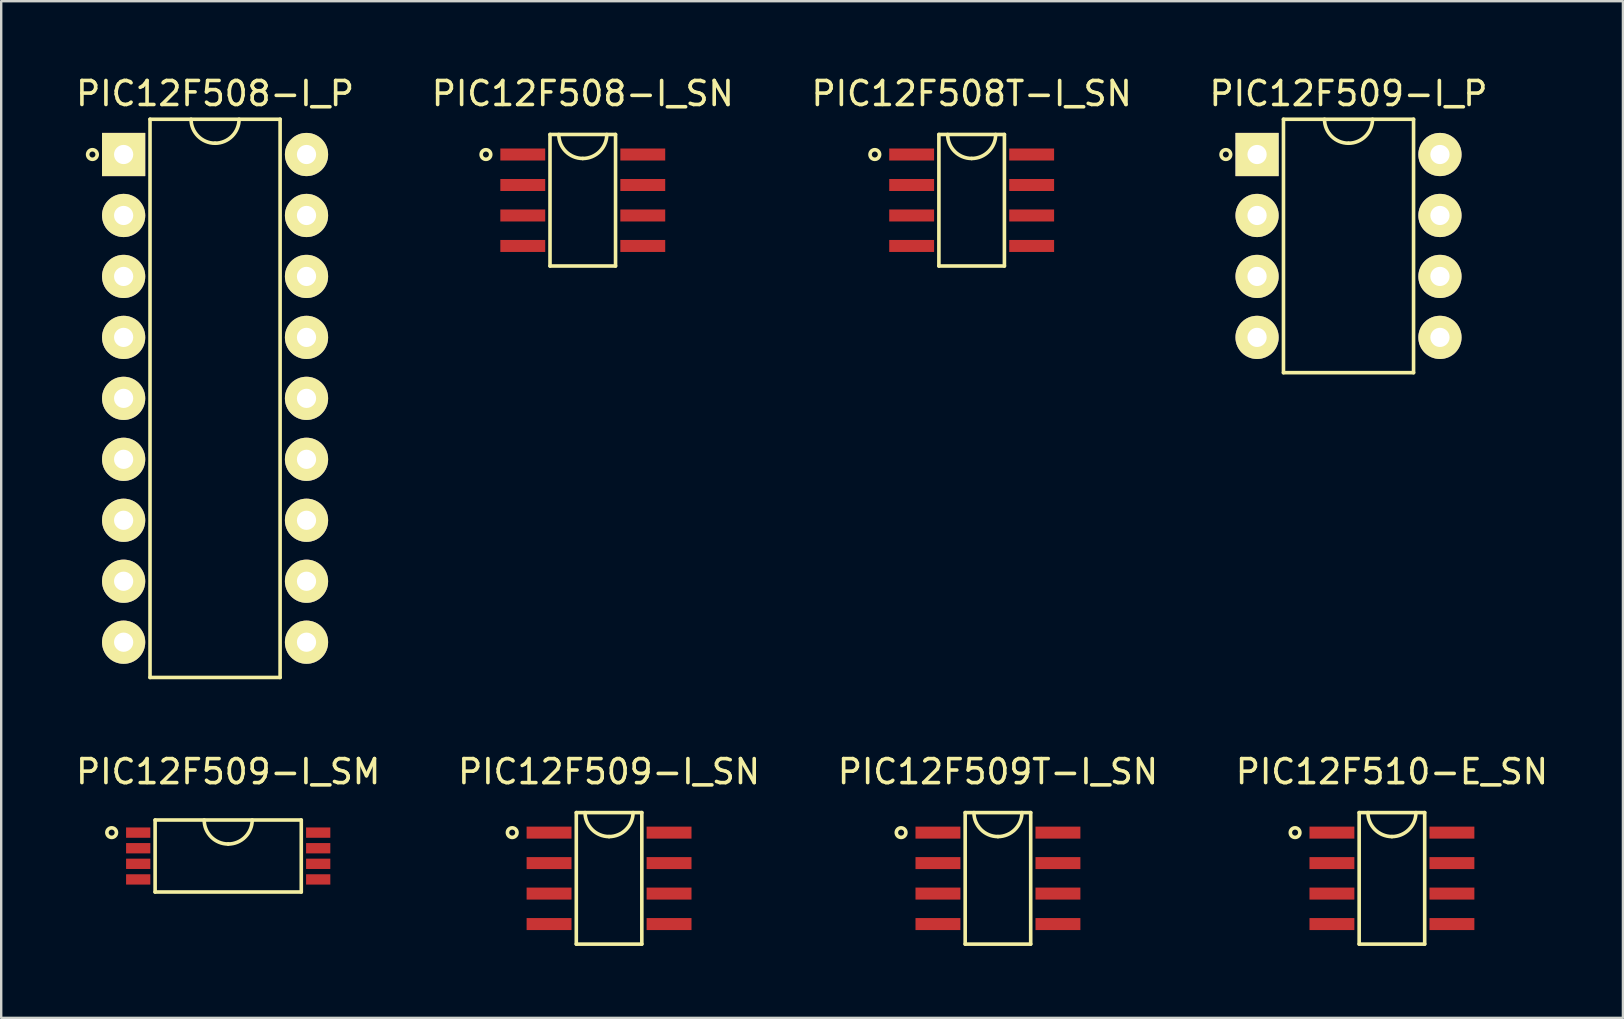
<source format=kicad_pcb>
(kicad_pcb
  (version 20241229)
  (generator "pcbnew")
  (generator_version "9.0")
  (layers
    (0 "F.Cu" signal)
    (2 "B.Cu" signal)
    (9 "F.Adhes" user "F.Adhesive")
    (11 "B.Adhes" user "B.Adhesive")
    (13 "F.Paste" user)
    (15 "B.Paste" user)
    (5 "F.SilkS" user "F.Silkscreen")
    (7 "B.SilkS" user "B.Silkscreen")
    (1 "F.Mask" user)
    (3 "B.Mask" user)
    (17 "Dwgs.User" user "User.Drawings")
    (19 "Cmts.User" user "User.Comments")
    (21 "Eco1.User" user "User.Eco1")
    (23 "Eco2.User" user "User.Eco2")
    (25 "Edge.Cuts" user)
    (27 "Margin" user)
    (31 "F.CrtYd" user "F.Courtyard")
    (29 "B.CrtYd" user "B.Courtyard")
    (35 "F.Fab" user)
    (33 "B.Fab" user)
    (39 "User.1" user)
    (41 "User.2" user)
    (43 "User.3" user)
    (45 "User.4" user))
  (footprint "PIC12F509-I_SM"
    (layer "F.Cu")
    (at 2.708 31.642)
    (property "Reference" "PIC12F509-I_SM" (at 3.75 -2.54 0) (layer "F.SilkS") (effects (font (size 1 1) (thickness 0.15))))
    (attr through_hole)
    (fp_line (start 0.705 -0.525) (end 6.795 -0.525) (stroke (width 0.15) (type solid)) (layer "F.SilkS"))
    (fp_line (start 0.705 2.475) (end 0.705 -0.525) (stroke (width 0.15) (type solid)) (layer "F.SilkS"))
    (fp_line (start 6.795 -0.525) (end 6.795 2.475) (stroke (width 0.15) (type solid)) (layer "F.SilkS"))
    (fp_line (start 6.795 2.475) (end 0.705 2.475) (stroke (width 0.15) (type solid)) (layer "F.SilkS"))
    (fp_arc (start 3.75 0.475) (mid 3.042893 0.182107) (end 2.75 -0.525) (stroke (width 0.15) (type solid)) (layer "F.SilkS"))
    (fp_arc (start 4.75 -0.525) (mid 4.457107 0.182107) (end 3.75 0.475) (stroke (width 0.15) (type solid)) (layer "F.SilkS"))
    (fp_circle (center -1.105 0) (end -1.105 0.2) (stroke (width 0.15) (type solid)) (fill no) (layer "F.SilkS"))
    (pad "1" smd rect (at 0 0) (size 1.01 0.43) (layers "F.Cu" "F.Mask" "F.Paste"))
    (pad "2" smd rect (at 0 0.65) (size 1.01 0.43) (layers "F.Cu" "F.Mask" "F.Paste"))
    (pad "3" smd rect (at 0 1.3) (size 1.01 0.43) (layers "F.Cu" "F.Mask" "F.Paste"))
    (pad "4" smd rect (at 0 1.95) (size 1.01 0.43) (layers "F.Cu" "F.Mask" "F.Paste"))
    (pad "5" smd rect (at 7.5 1.95) (size 1.01 0.43) (layers "F.Cu" "F.Mask" "F.Paste"))
    (pad "6" smd rect (at 7.5 1.3) (size 1.01 0.43) (layers "F.Cu" "F.Mask" "F.Paste"))
    (pad "7" smd rect (at 7.5 0.65) (size 1.01 0.43) (layers "F.Cu" "F.Mask" "F.Paste"))
    (pad "8" smd rect (at 7.5 0) (size 1.01 0.43) (layers "F.Cu" "F.Mask" "F.Paste")))
  (footprint "PIC12F508-I_SN"
    (layer "F.Cu")
    (at 18.732 3.388)
    (property "Reference" "PIC12F508-I_SN" (at 2.5 -2.54 0) (layer "F.SilkS") (effects (font (size 1 1) (thickness 0.15))))
    (attr through_hole)
    (fp_line (start 1.135 -0.835) (end 3.865 -0.835) (stroke (width 0.15) (type solid)) (layer "F.SilkS"))
    (fp_line (start 1.135 4.645) (end 1.135 -0.835) (stroke (width 0.15) (type solid)) (layer "F.SilkS"))
    (fp_line (start 3.865 -0.835) (end 3.865 4.645) (stroke (width 0.15) (type solid)) (layer "F.SilkS"))
    (fp_line (start 3.865 4.645) (end 1.135 4.645) (stroke (width 0.15) (type solid)) (layer "F.SilkS"))
    (fp_arc (start 2.5 0.165) (mid 1.792893 -0.127893) (end 1.5 -0.835) (stroke (width 0.15) (type solid)) (layer "F.SilkS"))
    (fp_arc (start 3.5 -0.835) (mid 3.207107 -0.127893) (end 2.5 0.165) (stroke (width 0.15) (type solid)) (layer "F.SilkS"))
    (fp_circle (center -1.535 0) (end -1.535 0.2) (stroke (width 0.15) (type solid)) (fill no) (layer "F.SilkS"))
    (pad "1" smd rect (at 0 0) (size 1.87 0.5) (layers "F.Cu" "F.Mask" "F.Paste"))
    (pad "2" smd rect (at 0 1.27) (size 1.87 0.5) (layers "F.Cu" "F.Mask" "F.Paste"))
    (pad "3" smd rect (at 0 2.54) (size 1.87 0.5) (layers "F.Cu" "F.Mask" "F.Paste"))
    (pad "4" smd rect (at 0 3.81) (size 1.87 0.5) (layers "F.Cu" "F.Mask" "F.Paste"))
    (pad "5" smd rect (at 5 3.81) (size 1.87 0.5) (layers "F.Cu" "F.Mask" "F.Paste"))
    (pad "6" smd rect (at 5 2.54) (size 1.87 0.5) (layers "F.Cu" "F.Mask" "F.Paste"))
    (pad "7" smd rect (at 5 1.27) (size 1.87 0.5) (layers "F.Cu" "F.Mask" "F.Paste"))
    (pad "8" smd rect (at 5 0) (size 1.87 0.5) (layers "F.Cu" "F.Mask" "F.Paste")))
  (footprint "PIC12F509-I_P"
    (layer "F.Cu")
    (at 49.327 3.388)
    (property "Reference" "PIC12F509-I_P" (at 3.81 -2.54 0) (layer "F.SilkS") (effects (font (size 1 1) (thickness 0.15))))
    (attr through_hole)
    (fp_line (start 1.1 -1.47) (end 6.52 -1.47) (stroke (width 0.15) (type solid)) (layer "F.SilkS"))
    (fp_line (start 1.1 9.09) (end 1.1 -1.47) (stroke (width 0.15) (type solid)) (layer "F.SilkS"))
    (fp_line (start 6.52 -1.47) (end 6.52 9.09) (stroke (width 0.15) (type solid)) (layer "F.SilkS"))
    (fp_line (start 6.52 9.09) (end 1.1 9.09) (stroke (width 0.15) (type solid)) (layer "F.SilkS"))
    (fp_arc (start 3.81 -0.47) (mid 3.102893 -0.762893) (end 2.81 -1.47) (stroke (width 0.15) (type solid)) (layer "F.SilkS"))
    (fp_arc (start 4.81 -1.47) (mid 4.517107 -0.762893) (end 3.81 -0.47) (stroke (width 0.15) (type solid)) (layer "F.SilkS"))
    (fp_circle (center -1.3 0) (end -1.3 0.2) (stroke (width 0.15) (type solid)) (fill no) (layer "F.SilkS"))
    (pad "1" thru_hole rect (at 0 0) (size 1.8 1.8) (drill 0.8) (layers "*.Cu" "*.Mask" "F.SilkS"))
    (pad "2" thru_hole circle (at 0 2.54) (size 1.8 1.8) (drill 0.8) (layers "*.Cu" "*.Mask" "F.SilkS"))
    (pad "3" thru_hole circle (at 0 5.08) (size 1.8 1.8) (drill 0.8) (layers "*.Cu" "*.Mask" "F.SilkS"))
    (pad "4" thru_hole circle (at 0 7.62) (size 1.8 1.8) (drill 0.8) (layers "*.Cu" "*.Mask" "F.SilkS"))
    (pad "5" thru_hole circle (at 7.62 7.62) (size 1.8 1.8) (drill 0.8) (layers "*.Cu" "*.Mask" "F.SilkS"))
    (pad "6" thru_hole circle (at 7.62 5.08) (size 1.8 1.8) (drill 0.8) (layers "*.Cu" "*.Mask" "F.SilkS"))
    (pad "7" thru_hole circle (at 7.62 2.54) (size 1.8 1.8) (drill 0.8) (layers "*.Cu" "*.Mask" "F.SilkS"))
    (pad "8" thru_hole circle (at 7.62 0) (size 1.8 1.8) (drill 0.8) (layers "*.Cu" "*.Mask" "F.SilkS")))
  (footprint "PIC12F508T-I_SN"
    (layer "F.Cu")
    (at 34.935 3.388)
    (property "Reference" "PIC12F508T-I_SN" (at 2.5 -2.54 0) (layer "F.SilkS") (effects (font (size 1 1) (thickness 0.15))))
    (attr through_hole)
    (fp_line (start 1.135 -0.835) (end 3.865 -0.835) (stroke (width 0.15) (type solid)) (layer "F.SilkS"))
    (fp_line (start 1.135 4.645) (end 1.135 -0.835) (stroke (width 0.15) (type solid)) (layer "F.SilkS"))
    (fp_line (start 3.865 -0.835) (end 3.865 4.645) (stroke (width 0.15) (type solid)) (layer "F.SilkS"))
    (fp_line (start 3.865 4.645) (end 1.135 4.645) (stroke (width 0.15) (type solid)) (layer "F.SilkS"))
    (fp_arc (start 2.5 0.165) (mid 1.792893 -0.127893) (end 1.5 -0.835) (stroke (width 0.15) (type solid)) (layer "F.SilkS"))
    (fp_arc (start 3.5 -0.835) (mid 3.207107 -0.127893) (end 2.5 0.165) (stroke (width 0.15) (type solid)) (layer "F.SilkS"))
    (fp_circle (center -1.535 0) (end -1.535 0.2) (stroke (width 0.15) (type solid)) (fill no) (layer "F.SilkS"))
    (pad "1" smd rect (at 0 0) (size 1.87 0.5) (layers "F.Cu" "F.Mask" "F.Paste"))
    (pad "2" smd rect (at 0 1.27) (size 1.87 0.5) (layers "F.Cu" "F.Mask" "F.Paste"))
    (pad "3" smd rect (at 0 2.54) (size 1.87 0.5) (layers "F.Cu" "F.Mask" "F.Paste"))
    (pad "4" smd rect (at 0 3.81) (size 1.87 0.5) (layers "F.Cu" "F.Mask" "F.Paste"))
    (pad "5" smd rect (at 5 3.81) (size 1.87 0.5) (layers "F.Cu" "F.Mask" "F.Paste"))
    (pad "6" smd rect (at 5 2.54) (size 1.87 0.5) (layers "F.Cu" "F.Mask" "F.Paste"))
    (pad "7" smd rect (at 5 1.27) (size 1.87 0.5) (layers "F.Cu" "F.Mask" "F.Paste"))
    (pad "8" smd rect (at 5 0) (size 1.87 0.5) (layers "F.Cu" "F.Mask" "F.Paste")))
  (footprint "PIC12F508-I_P"
    (layer "F.Cu")
    (at 2.101 3.388)
    (property "Reference" "PIC12F508-I_P" (at 3.81 -2.54 0) (layer "F.SilkS") (effects (font (size 1 1) (thickness 0.15))))
    (attr through_hole)
    (fp_line (start 1.1 -1.47) (end 6.52 -1.47) (stroke (width 0.15) (type solid)) (layer "F.SilkS"))
    (fp_line (start 1.1 21.79) (end 1.1 -1.47) (stroke (width 0.15) (type solid)) (layer "F.SilkS"))
    (fp_line (start 6.52 -1.47) (end 6.52 21.79) (stroke (width 0.15) (type solid)) (layer "F.SilkS"))
    (fp_line (start 6.52 21.79) (end 1.1 21.79) (stroke (width 0.15) (type solid)) (layer "F.SilkS"))
    (fp_arc (start 3.81 -0.47) (mid 3.102893 -0.762893) (end 2.81 -1.47) (stroke (width 0.15) (type solid)) (layer "F.SilkS"))
    (fp_arc (start 4.81 -1.47) (mid 4.517107 -0.762893) (end 3.81 -0.47) (stroke (width 0.15) (type solid)) (layer "F.SilkS"))
    (fp_circle (center -1.3 0) (end -1.3 0.2) (stroke (width 0.15) (type solid)) (fill no) (layer "F.SilkS"))
    (pad "1" thru_hole rect (at 0 0) (size 1.8 1.8) (drill 0.8) (layers "*.Cu" "*.Mask" "F.SilkS"))
    (pad "2" thru_hole circle (at 0 2.54) (size 1.8 1.8) (drill 0.8) (layers "*.Cu" "*.Mask" "F.SilkS"))
    (pad "3" thru_hole circle (at 0 5.08) (size 1.8 1.8) (drill 0.8) (layers "*.Cu" "*.Mask" "F.SilkS"))
    (pad "4" thru_hole circle (at 0 7.62) (size 1.8 1.8) (drill 0.8) (layers "*.Cu" "*.Mask" "F.SilkS"))
    (pad "5" thru_hole circle (at 0 10.16) (size 1.8 1.8) (drill 0.8) (layers "*.Cu" "*.Mask" "F.SilkS"))
    (pad "6" thru_hole circle (at 0 12.7) (size 1.8 1.8) (drill 0.8) (layers "*.Cu" "*.Mask" "F.SilkS"))
    (pad "7" thru_hole circle (at 0 15.24) (size 1.8 1.8) (drill 0.8) (layers "*.Cu" "*.Mask" "F.SilkS"))
    (pad "8" thru_hole circle (at 0 17.78) (size 1.8 1.8) (drill 0.8) (layers "*.Cu" "*.Mask" "F.SilkS"))
    (pad "9" thru_hole circle (at 0 20.32) (size 1.8 1.8) (drill 0.8) (layers "*.Cu" "*.Mask" "F.SilkS"))
    (pad "10" thru_hole circle (at 7.62 20.32) (size 1.8 1.8) (drill 0.8) (layers "*.Cu" "*.Mask" "F.SilkS"))
    (pad "11" thru_hole circle (at 7.62 17.78) (size 1.8 1.8) (drill 0.8) (layers "*.Cu" "*.Mask" "F.SilkS"))
    (pad "12" thru_hole circle (at 7.62 15.24) (size 1.8 1.8) (drill 0.8) (layers "*.Cu" "*.Mask" "F.SilkS"))
    (pad "13" thru_hole circle (at 7.62 12.7) (size 1.8 1.8) (drill 0.8) (layers "*.Cu" "*.Mask" "F.SilkS"))
    (pad "14" thru_hole circle (at 7.62 10.16) (size 1.8 1.8) (drill 0.8) (layers "*.Cu" "*.Mask" "F.SilkS"))
    (pad "15" thru_hole circle (at 7.62 7.62) (size 1.8 1.8) (drill 0.8) (layers "*.Cu" "*.Mask" "F.SilkS"))
    (pad "16" thru_hole circle (at 7.62 5.08) (size 1.8 1.8) (drill 0.8) (layers "*.Cu" "*.Mask" "F.SilkS"))
    (pad "17" thru_hole circle (at 7.62 2.54) (size 1.8 1.8) (drill 0.8) (layers "*.Cu" "*.Mask" "F.SilkS"))
    (pad "18" thru_hole circle (at 7.62 0) (size 1.8 1.8) (drill 0.8) (layers "*.Cu" "*.Mask" "F.SilkS")))
  (footprint "PIC12F509T-I_SN"
    (layer "F.Cu")
    (at 36.03 31.642)
    (property "Reference" "PIC12F509T-I_SN" (at 2.5 -2.54 0) (layer "F.SilkS") (effects (font (size 1 1) (thickness 0.15))))
    (attr through_hole)
    (fp_line (start 1.135 -0.835) (end 3.865 -0.835) (stroke (width 0.15) (type solid)) (layer "F.SilkS"))
    (fp_line (start 1.135 4.645) (end 1.135 -0.835) (stroke (width 0.15) (type solid)) (layer "F.SilkS"))
    (fp_line (start 3.865 -0.835) (end 3.865 4.645) (stroke (width 0.15) (type solid)) (layer "F.SilkS"))
    (fp_line (start 3.865 4.645) (end 1.135 4.645) (stroke (width 0.15) (type solid)) (layer "F.SilkS"))
    (fp_arc (start 2.5 0.165) (mid 1.792893 -0.127893) (end 1.5 -0.835) (stroke (width 0.15) (type solid)) (layer "F.SilkS"))
    (fp_arc (start 3.5 -0.835) (mid 3.207107 -0.127893) (end 2.5 0.165) (stroke (width 0.15) (type solid)) (layer "F.SilkS"))
    (fp_circle (center -1.535 0) (end -1.535 0.2) (stroke (width 0.15) (type solid)) (fill no) (layer "F.SilkS"))
    (pad "1" smd rect (at 0 0) (size 1.87 0.5) (layers "F.Cu" "F.Mask" "F.Paste"))
    (pad "2" smd rect (at 0 1.27) (size 1.87 0.5) (layers "F.Cu" "F.Mask" "F.Paste"))
    (pad "3" smd rect (at 0 2.54) (size 1.87 0.5) (layers "F.Cu" "F.Mask" "F.Paste"))
    (pad "4" smd rect (at 0 3.81) (size 1.87 0.5) (layers "F.Cu" "F.Mask" "F.Paste"))
    (pad "5" smd rect (at 5 3.81) (size 1.87 0.5) (layers "F.Cu" "F.Mask" "F.Paste"))
    (pad "6" smd rect (at 5 2.54) (size 1.87 0.5) (layers "F.Cu" "F.Mask" "F.Paste"))
    (pad "7" smd rect (at 5 1.27) (size 1.87 0.5) (layers "F.Cu" "F.Mask" "F.Paste"))
    (pad "8" smd rect (at 5 0) (size 1.87 0.5) (layers "F.Cu" "F.Mask" "F.Paste")))
  (footprint "PIC12F510-E_SN"
    (layer "F.Cu")
    (at 52.446 31.642)
    (property "Reference" "PIC12F510-E_SN" (at 2.5 -2.54 0) (layer "F.SilkS") (effects (font (size 1 1) (thickness 0.15))))
    (attr through_hole)
    (fp_line (start 1.135 -0.835) (end 3.865 -0.835) (stroke (width 0.15) (type solid)) (layer "F.SilkS"))
    (fp_line (start 1.135 4.645) (end 1.135 -0.835) (stroke (width 0.15) (type solid)) (layer "F.SilkS"))
    (fp_line (start 3.865 -0.835) (end 3.865 4.645) (stroke (width 0.15) (type solid)) (layer "F.SilkS"))
    (fp_line (start 3.865 4.645) (end 1.135 4.645) (stroke (width 0.15) (type solid)) (layer "F.SilkS"))
    (fp_arc (start 2.5 0.165) (mid 1.792893 -0.127893) (end 1.5 -0.835) (stroke (width 0.15) (type solid)) (layer "F.SilkS"))
    (fp_arc (start 3.5 -0.835) (mid 3.207107 -0.127893) (end 2.5 0.165) (stroke (width 0.15) (type solid)) (layer "F.SilkS"))
    (fp_circle (center -1.535 0) (end -1.535 0.2) (stroke (width 0.15) (type solid)) (fill no) (layer "F.SilkS"))
    (pad "1" smd rect (at 0 0) (size 1.87 0.5) (layers "F.Cu" "F.Mask" "F.Paste"))
    (pad "2" smd rect (at 0 1.27) (size 1.87 0.5) (layers "F.Cu" "F.Mask" "F.Paste"))
    (pad "3" smd rect (at 0 2.54) (size 1.87 0.5) (layers "F.Cu" "F.Mask" "F.Paste"))
    (pad "4" smd rect (at 0 3.81) (size 1.87 0.5) (layers "F.Cu" "F.Mask" "F.Paste"))
    (pad "5" smd rect (at 5 3.81) (size 1.87 0.5) (layers "F.Cu" "F.Mask" "F.Paste"))
    (pad "6" smd rect (at 5 2.54) (size 1.87 0.5) (layers "F.Cu" "F.Mask" "F.Paste"))
    (pad "7" smd rect (at 5 1.27) (size 1.87 0.5) (layers "F.Cu" "F.Mask" "F.Paste"))
    (pad "8" smd rect (at 5 0) (size 1.87 0.5) (layers "F.Cu" "F.Mask" "F.Paste")))
  (footprint "PIC12F509-I_SN"
    (layer "F.Cu")
    (at 19.827 31.642)
    (property "Reference" "PIC12F509-I_SN" (at 2.5 -2.54 0) (layer "F.SilkS") (effects (font (size 1 1) (thickness 0.15))))
    (attr through_hole)
    (fp_line (start 1.135 -0.835) (end 3.865 -0.835) (stroke (width 0.15) (type solid)) (layer "F.SilkS"))
    (fp_line (start 1.135 4.645) (end 1.135 -0.835) (stroke (width 0.15) (type solid)) (layer "F.SilkS"))
    (fp_line (start 3.865 -0.835) (end 3.865 4.645) (stroke (width 0.15) (type solid)) (layer "F.SilkS"))
    (fp_line (start 3.865 4.645) (end 1.135 4.645) (stroke (width 0.15) (type solid)) (layer "F.SilkS"))
    (fp_arc (start 2.5 0.165) (mid 1.792893 -0.127893) (end 1.5 -0.835) (stroke (width 0.15) (type solid)) (layer "F.SilkS"))
    (fp_arc (start 3.5 -0.835) (mid 3.207107 -0.127893) (end 2.5 0.165) (stroke (width 0.15) (type solid)) (layer "F.SilkS"))
    (fp_circle (center -1.535 0) (end -1.535 0.2) (stroke (width 0.15) (type solid)) (fill no) (layer "F.SilkS"))
    (pad "1" smd rect (at 0 0) (size 1.87 0.5) (layers "F.Cu" "F.Mask" "F.Paste"))
    (pad "2" smd rect (at 0 1.27) (size 1.87 0.5) (layers "F.Cu" "F.Mask" "F.Paste"))
    (pad "3" smd rect (at 0 2.54) (size 1.87 0.5) (layers "F.Cu" "F.Mask" "F.Paste"))
    (pad "4" smd rect (at 0 3.81) (size 1.87 0.5) (layers "F.Cu" "F.Mask" "F.Paste"))
    (pad "5" smd rect (at 5 3.81) (size 1.87 0.5) (layers "F.Cu" "F.Mask" "F.Paste"))
    (pad "6" smd rect (at 5 2.54) (size 1.87 0.5) (layers "F.Cu" "F.Mask" "F.Paste"))
    (pad "7" smd rect (at 5 1.27) (size 1.87 0.5) (layers "F.Cu" "F.Mask" "F.Paste"))
    (pad "8" smd rect (at 5 0) (size 1.87 0.5) (layers "F.Cu" "F.Mask" "F.Paste")))
  (gr_rect
    (start -3 -3)
    (end 64.571 39.361)
    (stroke (width 0.1) (type default))
    (fill no)
    (layer "Edge.Cuts")))
</source>
